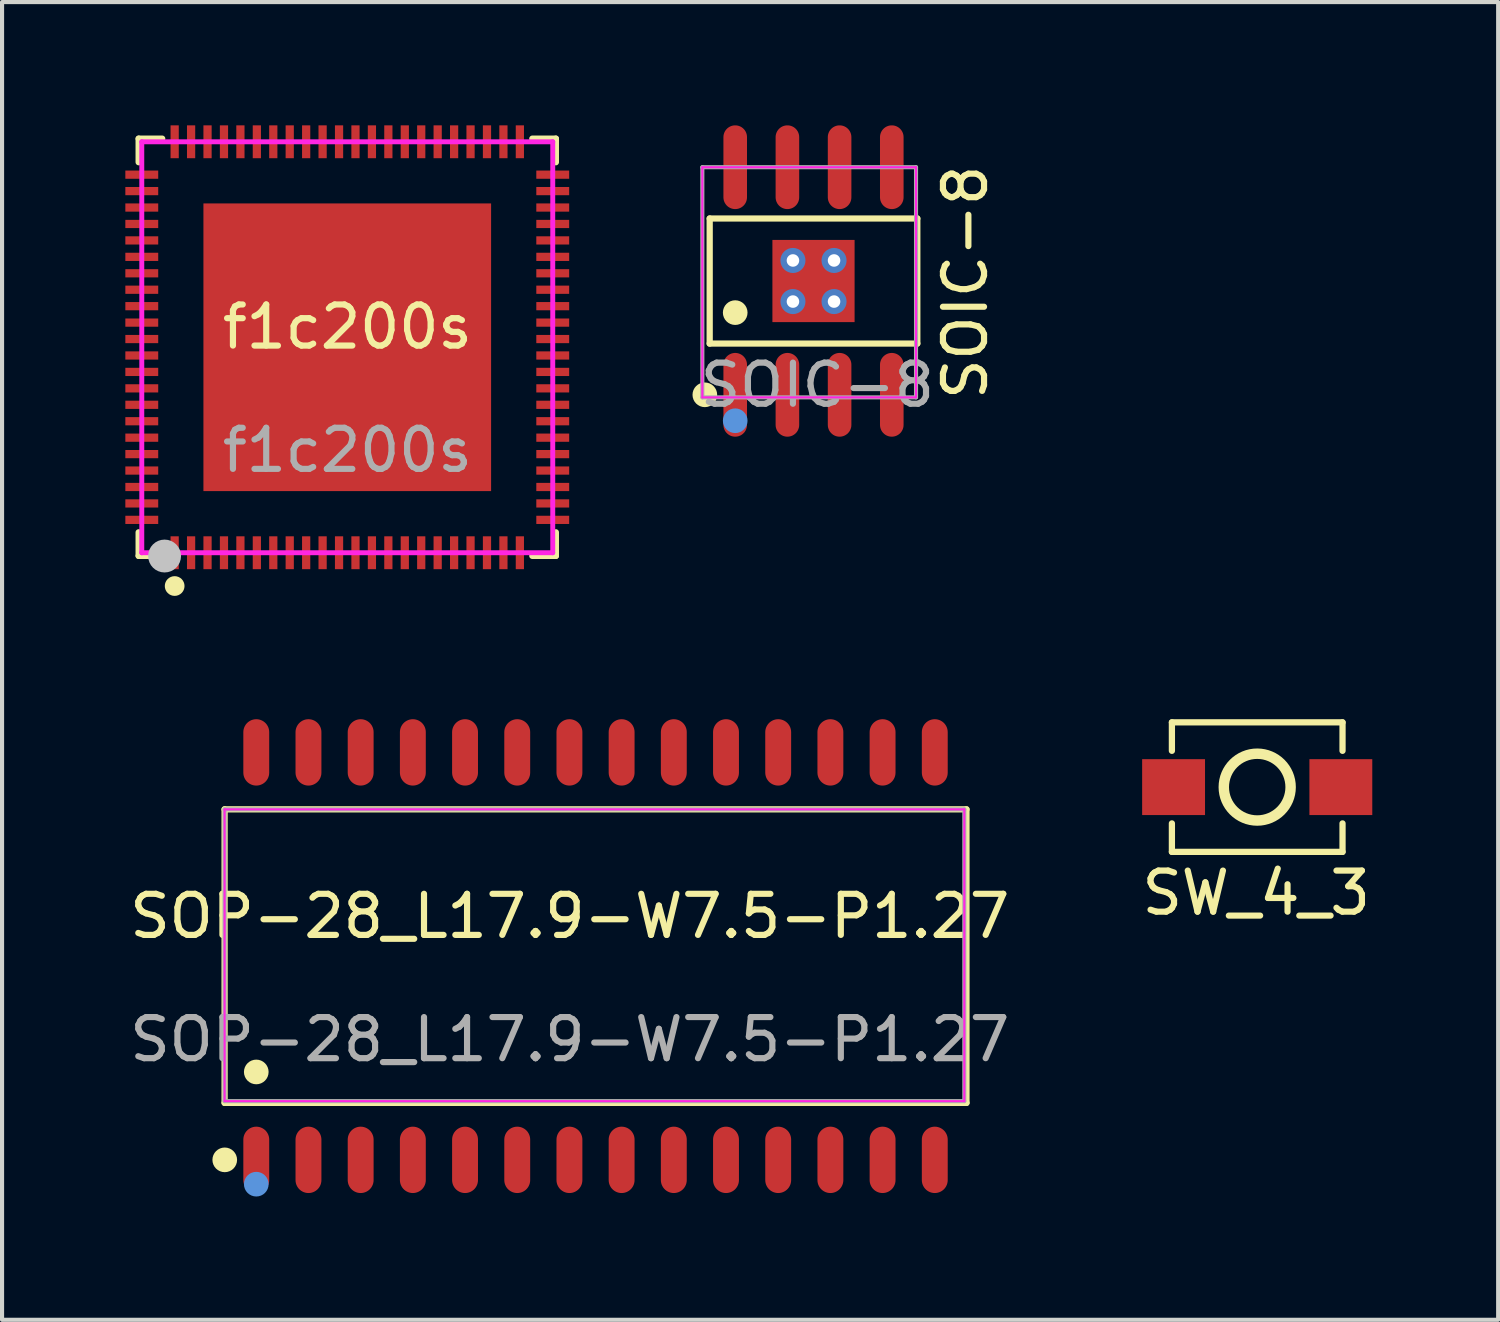
<source format=kicad_pcb>
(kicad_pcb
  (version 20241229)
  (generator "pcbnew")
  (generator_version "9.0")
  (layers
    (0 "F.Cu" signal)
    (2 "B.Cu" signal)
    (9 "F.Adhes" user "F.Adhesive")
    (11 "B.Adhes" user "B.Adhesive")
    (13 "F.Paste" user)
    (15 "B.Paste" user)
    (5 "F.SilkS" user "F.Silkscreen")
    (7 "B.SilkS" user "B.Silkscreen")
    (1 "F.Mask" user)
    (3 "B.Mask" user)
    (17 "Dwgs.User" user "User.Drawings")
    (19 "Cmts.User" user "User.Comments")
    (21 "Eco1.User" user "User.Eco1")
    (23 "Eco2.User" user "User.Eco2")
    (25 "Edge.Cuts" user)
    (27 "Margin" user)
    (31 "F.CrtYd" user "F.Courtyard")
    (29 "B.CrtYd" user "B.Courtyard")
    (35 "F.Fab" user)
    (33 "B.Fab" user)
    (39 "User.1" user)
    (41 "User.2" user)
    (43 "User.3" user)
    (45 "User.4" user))
  (footprint "SW_4_3"
    (layer "F.Cu")
    (at 27.518 16.079)
    (property "Reference" "SW_4_3" (at 0 2.6 0) (unlocked yes) (layer "F.SilkS") (effects (font (size 1 1) (thickness 0.15))))
    (attr smd)
    (fp_line (start -2.052 -1.552) (end -2.052 -0.859) (stroke (width 0.152) (type solid)) (layer "F.SilkS"))
    (fp_line (start -2.052 1.6) (end -2.052 0.907) (stroke (width 0.152) (type solid)) (layer "F.SilkS"))
    (fp_line (start 2.1 -1.552) (end -2.052 -1.552) (stroke (width 0.152) (type solid)) (layer "F.SilkS"))
    (fp_line (start 2.1 -1.552) (end 2.1 -0.859) (stroke (width 0.152) (type solid)) (layer "F.SilkS"))
    (fp_line (start 2.1 1.6) (end -2.052 1.6) (stroke (width 0.152) (type solid)) (layer "F.SilkS"))
    (fp_line (start 2.1 1.6) (end 2.1 0.907) (stroke (width 0.152) (type solid)) (layer "F.SilkS"))
    (fp_circle (center 0.024 0.024) (end 0.024 0.837) (stroke (width 0.254) (type solid)) (fill no) (layer "F.SilkS"))
    (pad "1" smd rect (at -2.011 0.024) (size 1.53 1.36) (layers "F.Cu" "F.Mask" "F.Paste"))
    (pad "2" smd rect (at 2.059 0.024) (size 1.53 1.36) (layers "F.Cu" "F.Mask" "F.Paste")))
  (footprint "f1c200s"
    (layer "F.Cu")
    (at 5.404 5.404)
    (property "Reference" "f1c200s" (at 0 -0.5 0) (unlocked yes) (layer "F.SilkS") (effects (font (size 1 1) (thickness 0.15))))
    (attr smd)
    (fp_line (start -5.08 -5.08) (end -4.507 -5.08) (stroke (width 0.152) (type solid)) (layer "F.SilkS"))
    (fp_line (start -5.08 -4.507) (end -5.08 -5.08) (stroke (width 0.152) (type solid)) (layer "F.SilkS"))
    (fp_line (start -5.08 4.499) (end -5.08 5.072) (stroke (width 0.152) (type solid)) (layer "F.SilkS"))
    (fp_line (start -5.08 5.072) (end -4.507 5.072) (stroke (width 0.152) (type solid)) (layer "F.SilkS"))
    (fp_line (start 5.072 -5.08) (end 4.499 -5.08) (stroke (width 0.152) (type solid)) (layer "F.SilkS"))
    (fp_line (start 5.072 -4.507) (end 5.072 -5.08) (stroke (width 0.152) (type solid)) (layer "F.SilkS"))
    (fp_line (start 5.072 4.499) (end 5.072 5.072) (stroke (width 0.152) (type solid)) (layer "F.SilkS"))
    (fp_line (start 5.072 5.072) (end 4.499 5.072) (stroke (width 0.152) (type solid)) (layer "F.SilkS"))
    (fp_circle (center -4.204 5.806) (end -4.084 5.806) (stroke (width 0.24) (type solid)) (fill no) (layer "F.SilkS"))
    (fp_circle (center -4.449 5.076) (end -4.249 5.076) (stroke (width 0.4) (type solid)) (fill no) (layer "Dwgs.User"))
    (fp_circle (center -5.004 4.996) (end -4.974 4.996) (stroke (width 0.06) (type solid)) (fill no) (layer "Eco2.User"))
    (fp_line (start -5.004 -5.004) (end 4.996 -5.004) (stroke (width 0.12) (type solid)) (layer "F.CrtYd"))
    (fp_line (start -5.004 4.996) (end -5.004 -5.004) (stroke (width 0.12) (type solid)) (layer "F.CrtYd"))
    (fp_line (start 4.996 -5.004) (end 4.996 4.996) (stroke (width 0.12) (type solid)) (layer "F.CrtYd"))
    (fp_line (start 4.996 4.996) (end -5.004 4.996) (stroke (width 0.12) (type solid)) (layer "F.CrtYd"))
    (fp_text user "${REFERENCE}" (at 0 2.5 0) (unlocked yes) (layer "F.Fab") (effects (font (size 1 1) (thickness 0.15))))
    (pad "1" smd rect (at -4.204 4.996) (size 0.2 0.8) (layers "F.Cu" "F.Mask" "F.Paste"))
    (pad "2" smd rect (at -3.804 4.996) (size 0.2 0.8) (layers "F.Cu" "F.Mask" "F.Paste"))
    (pad "3" smd rect (at -3.404 4.996) (size 0.2 0.8) (layers "F.Cu" "F.Mask" "F.Paste"))
    (pad "4" smd rect (at -3.004 4.996) (size 0.2 0.8) (layers "F.Cu" "F.Mask" "F.Paste"))
    (pad "5" smd rect (at -2.604 4.996) (size 0.2 0.8) (layers "F.Cu" "F.Mask" "F.Paste"))
    (pad "6" smd rect (at -2.204 4.996) (size 0.2 0.8) (layers "F.Cu" "F.Mask" "F.Paste"))
    (pad "7" smd rect (at -1.804 4.996) (size 0.2 0.8) (layers "F.Cu" "F.Mask" "F.Paste"))
    (pad "8" smd rect (at -1.404 4.996) (size 0.2 0.8) (layers "F.Cu" "F.Mask" "F.Paste"))
    (pad "9" smd rect (at -1.004 4.996) (size 0.2 0.8) (layers "F.Cu" "F.Mask" "F.Paste"))
    (pad "10" smd rect (at -0.604 4.996) (size 0.2 0.8) (layers "F.Cu" "F.Mask" "F.Paste"))
    (pad "11" smd rect (at -0.204 4.996) (size 0.2 0.8) (layers "F.Cu" "F.Mask" "F.Paste"))
    (pad "12" smd rect (at 0.196 4.996) (size 0.2 0.8) (layers "F.Cu" "F.Mask" "F.Paste"))
    (pad "13" smd rect (at 0.596 4.996) (size 0.2 0.8) (layers "F.Cu" "F.Mask" "F.Paste"))
    (pad "14" smd rect (at 0.996 4.996) (size 0.2 0.8) (layers "F.Cu" "F.Mask" "F.Paste"))
    (pad "15" smd rect (at 1.396 4.996) (size 0.2 0.8) (layers "F.Cu" "F.Mask" "F.Paste"))
    (pad "16" smd rect (at 1.796 4.996) (size 0.2 0.8) (layers "F.Cu" "F.Mask" "F.Paste"))
    (pad "17" smd rect (at 2.196 4.996) (size 0.2 0.8) (layers "F.Cu" "F.Mask" "F.Paste"))
    (pad "18" smd rect (at 2.596 4.996) (size 0.2 0.8) (layers "F.Cu" "F.Mask" "F.Paste"))
    (pad "19" smd rect (at 2.996 4.996) (size 0.2 0.8) (layers "F.Cu" "F.Mask" "F.Paste"))
    (pad "20" smd rect (at 3.396 4.996) (size 0.2 0.8) (layers "F.Cu" "F.Mask" "F.Paste"))
    (pad "21" smd rect (at 3.796 4.996) (size 0.2 0.8) (layers "F.Cu" "F.Mask" "F.Paste"))
    (pad "22" smd rect (at 4.196 4.996) (size 0.2 0.8) (layers "F.Cu" "F.Mask" "F.Paste"))
    (pad "23" smd rect (at 4.996 4.196) (size 0.8 0.2) (layers "F.Cu" "F.Mask" "F.Paste"))
    (pad "24" smd rect (at 4.996 3.796) (size 0.8 0.2) (layers "F.Cu" "F.Mask" "F.Paste"))
    (pad "25" smd rect (at 4.996 3.396) (size 0.8 0.2) (layers "F.Cu" "F.Mask" "F.Paste"))
    (pad "26" smd rect (at 4.996 2.996) (size 0.8 0.2) (layers "F.Cu" "F.Mask" "F.Paste"))
    (pad "27" smd rect (at 4.996 2.596) (size 0.8 0.2) (layers "F.Cu" "F.Mask" "F.Paste"))
    (pad "28" smd rect (at 4.996 2.196) (size 0.8 0.2) (layers "F.Cu" "F.Mask" "F.Paste"))
    (pad "29" smd rect (at 4.996 1.796) (size 0.8 0.2) (layers "F.Cu" "F.Mask" "F.Paste"))
    (pad "30" smd rect (at 4.996 1.396) (size 0.8 0.2) (layers "F.Cu" "F.Mask" "F.Paste"))
    (pad "31" smd rect (at 4.996 0.996) (size 0.8 0.2) (layers "F.Cu" "F.Mask" "F.Paste"))
    (pad "32" smd rect (at 4.996 0.596) (size 0.8 0.2) (layers "F.Cu" "F.Mask" "F.Paste"))
    (pad "33" smd rect (at 4.996 0.196) (size 0.8 0.2) (layers "F.Cu" "F.Mask" "F.Paste"))
    (pad "34" smd rect (at 4.996 -0.204) (size 0.8 0.2) (layers "F.Cu" "F.Mask" "F.Paste"))
    (pad "35" smd rect (at 4.996 -0.604) (size 0.8 0.2) (layers "F.Cu" "F.Mask" "F.Paste"))
    (pad "36" smd rect (at 4.996 -1.004) (size 0.8 0.2) (layers "F.Cu" "F.Mask" "F.Paste"))
    (pad "37" smd rect (at 4.996 -1.404) (size 0.8 0.2) (layers "F.Cu" "F.Mask" "F.Paste"))
    (pad "38" smd rect (at 4.996 -1.804) (size 0.8 0.2) (layers "F.Cu" "F.Mask" "F.Paste"))
    (pad "39" smd rect (at 4.996 -2.204) (size 0.8 0.2) (layers "F.Cu" "F.Mask" "F.Paste"))
    (pad "40" smd rect (at 4.996 -2.604) (size 0.8 0.2) (layers "F.Cu" "F.Mask" "F.Paste"))
    (pad "41" smd rect (at 4.996 -3.004) (size 0.8 0.2) (layers "F.Cu" "F.Mask" "F.Paste"))
    (pad "42" smd rect (at 4.996 -3.404) (size 0.8 0.2) (layers "F.Cu" "F.Mask" "F.Paste"))
    (pad "43" smd rect (at 4.996 -3.804) (size 0.8 0.2) (layers "F.Cu" "F.Mask" "F.Paste"))
    (pad "44" smd rect (at 4.996 -4.204) (size 0.8 0.2) (layers "F.Cu" "F.Mask" "F.Paste"))
    (pad "45" smd rect (at 4.196 -5.004) (size 0.2 0.8) (layers "F.Cu" "F.Mask" "F.Paste"))
    (pad "46" smd rect (at 3.796 -5.004) (size 0.2 0.8) (layers "F.Cu" "F.Mask" "F.Paste"))
    (pad "47" smd rect (at 3.396 -5.004) (size 0.2 0.8) (layers "F.Cu" "F.Mask" "F.Paste"))
    (pad "48" smd rect (at 2.996 -5.004) (size 0.2 0.8) (layers "F.Cu" "F.Mask" "F.Paste"))
    (pad "49" smd rect (at 2.596 -5.004) (size 0.2 0.8) (layers "F.Cu" "F.Mask" "F.Paste"))
    (pad "50" smd rect (at 2.196 -5.004) (size 0.2 0.8) (layers "F.Cu" "F.Mask" "F.Paste"))
    (pad "51" smd rect (at 1.796 -5.004) (size 0.2 0.8) (layers "F.Cu" "F.Mask" "F.Paste"))
    (pad "52" smd rect (at 1.396 -5.004) (size 0.2 0.8) (layers "F.Cu" "F.Mask" "F.Paste"))
    (pad "53" smd rect (at 0.996 -5.004) (size 0.2 0.8) (layers "F.Cu" "F.Mask" "F.Paste"))
    (pad "54" smd rect (at 0.596 -5.004) (size 0.2 0.8) (layers "F.Cu" "F.Mask" "F.Paste"))
    (pad "55" smd rect (at 0.196 -5.004) (size 0.2 0.8) (layers "F.Cu" "F.Mask" "F.Paste"))
    (pad "56" smd rect (at -0.204 -5.004) (size 0.2 0.8) (layers "F.Cu" "F.Mask" "F.Paste"))
    (pad "57" smd rect (at -0.604 -5.004) (size 0.2 0.8) (layers "F.Cu" "F.Mask" "F.Paste"))
    (pad "58" smd rect (at -1.004 -5.004) (size 0.2 0.8) (layers "F.Cu" "F.Mask" "F.Paste"))
    (pad "59" smd rect (at -1.404 -5.004) (size 0.2 0.8) (layers "F.Cu" "F.Mask" "F.Paste"))
    (pad "60" smd rect (at -1.804 -5.004) (size 0.2 0.8) (layers "F.Cu" "F.Mask" "F.Paste"))
    (pad "61" smd rect (at -2.204 -5.004) (size 0.2 0.8) (layers "F.Cu" "F.Mask" "F.Paste"))
    (pad "62" smd rect (at -2.604 -5.004) (size 0.2 0.8) (layers "F.Cu" "F.Mask" "F.Paste"))
    (pad "63" smd rect (at -3.004 -5.004) (size 0.2 0.8) (layers "F.Cu" "F.Mask" "F.Paste"))
    (pad "64" smd rect (at -3.404 -5.004) (size 0.2 0.8) (layers "F.Cu" "F.Mask" "F.Paste"))
    (pad "65" smd rect (at -3.804 -5.004) (size 0.2 0.8) (layers "F.Cu" "F.Mask" "F.Paste"))
    (pad "66" smd rect (at -4.204 -5.004) (size 0.2 0.8) (layers "F.Cu" "F.Mask" "F.Paste"))
    (pad "67" smd rect (at -5.004 -4.204) (size 0.8 0.2) (layers "F.Cu" "F.Mask" "F.Paste"))
    (pad "68" smd rect (at -5.004 -3.804) (size 0.8 0.2) (layers "F.Cu" "F.Mask" "F.Paste"))
    (pad "69" smd rect (at -5.004 -3.404) (size 0.8 0.2) (layers "F.Cu" "F.Mask" "F.Paste"))
    (pad "70" smd rect (at -5.004 -3.004) (size 0.8 0.2) (layers "F.Cu" "F.Mask" "F.Paste"))
    (pad "71" smd rect (at -5.004 -2.604) (size 0.8 0.2) (layers "F.Cu" "F.Mask" "F.Paste"))
    (pad "72" smd rect (at -5.004 -2.204) (size 0.8 0.2) (layers "F.Cu" "F.Mask" "F.Paste"))
    (pad "73" smd rect (at -5.004 -1.804) (size 0.8 0.2) (layers "F.Cu" "F.Mask" "F.Paste"))
    (pad "74" smd rect (at -5.004 -1.404) (size 0.8 0.2) (layers "F.Cu" "F.Mask" "F.Paste"))
    (pad "75" smd rect (at -5.004 -1.004) (size 0.8 0.2) (layers "F.Cu" "F.Mask" "F.Paste"))
    (pad "76" smd rect (at -5.004 -0.604) (size 0.8 0.2) (layers "F.Cu" "F.Mask" "F.Paste"))
    (pad "77" smd rect (at -5.004 -0.204) (size 0.8 0.2) (layers "F.Cu" "F.Mask" "F.Paste"))
    (pad "78" smd rect (at -5.004 0.196) (size 0.8 0.2) (layers "F.Cu" "F.Mask" "F.Paste"))
    (pad "79" smd rect (at -5.004 0.596) (size 0.8 0.2) (layers "F.Cu" "F.Mask" "F.Paste"))
    (pad "80" smd rect (at -5.004 0.996) (size 0.8 0.2) (layers "F.Cu" "F.Mask" "F.Paste"))
    (pad "81" smd rect (at -5.004 1.396) (size 0.8 0.2) (layers "F.Cu" "F.Mask" "F.Paste"))
    (pad "82" smd rect (at -5.004 1.796) (size 0.8 0.2) (layers "F.Cu" "F.Mask" "F.Paste"))
    (pad "83" smd rect (at -5.004 2.196) (size 0.8 0.2) (layers "F.Cu" "F.Mask" "F.Paste"))
    (pad "84" smd rect (at -5.004 2.596) (size 0.8 0.2) (layers "F.Cu" "F.Mask" "F.Paste"))
    (pad "85" smd rect (at -5.004 2.996) (size 0.8 0.2) (layers "F.Cu" "F.Mask" "F.Paste"))
    (pad "86" smd rect (at -5.004 3.396) (size 0.8 0.2) (layers "F.Cu" "F.Mask" "F.Paste"))
    (pad "87" smd rect (at -5.004 3.796) (size 0.8 0.2) (layers "F.Cu" "F.Mask" "F.Paste"))
    (pad "88" smd rect (at -5.004 4.196) (size 0.8 0.2) (layers "F.Cu" "F.Mask" "F.Paste"))
    (pad "89" smd rect (at -0.004 -0.004) (size 7 7) (layers "F.Cu" "F.Mask" "F.Paste")))
  (footprint "SOIC-8"
    (layer "F.Cu")
    (at 16.84 3.819)
    (property "Reference" "SOIC-8" (at 3.6 0 90) (unlocked yes) (layer "F.SilkS") (effects (font (size 1 1) (thickness 0.15))))
    (fp_line (start -2.621 -1.552) (end 2.431 -1.552) (stroke (width 0.152) (type solid)) (layer "F.SilkS"))
    (fp_line (start -2.621 1.491) (end -2.621 -1.552) (stroke (width 0.152) (type solid)) (layer "F.SilkS"))
    (fp_line (start 2.431 -1.552) (end 2.431 1.491) (stroke (width 0.152) (type solid)) (layer "F.SilkS"))
    (fp_line (start 2.431 1.491) (end -2.621 1.491) (stroke (width 0.152) (type solid)) (layer "F.SilkS"))
    (fp_circle (center -2.739 2.738) (end -2.739 2.888) (stroke (width 0.3) (type solid)) (fill no) (layer "F.SilkS"))
    (fp_circle (center -2 0.738) (end -2 0.888) (stroke (width 0.3) (type solid)) (fill no) (layer "F.SilkS"))
    (fp_circle (center -2 3.369) (end -2 3.519) (stroke (width 0.3) (type solid)) (fill no) (layer "Cmts.User"))
    (fp_line (start -2.8 -2.8) (end -2.8 2.8) (stroke (width 0.05) (type solid)) (layer "F.CrtYd"))
    (fp_line (start -2.8 2.8) (end 2.4 2.8) (stroke (width 0.05) (type solid)) (layer "F.CrtYd"))
    (fp_line (start 2.4 -2.8) (end -2.8 -2.8) (stroke (width 0.05) (type solid)) (layer "F.CrtYd"))
    (fp_line (start 2.4 2.8) (end 2.4 -2.8) (stroke (width 0.05) (type solid)) (layer "F.CrtYd"))
    (fp_line (start -2.8 -2.8) (end -2.8 2.8) (stroke (width 0.1) (type solid)) (layer "F.Fab"))
    (fp_line (start -2.8 2.8) (end 2.4 2.8) (stroke (width 0.1) (type solid)) (layer "F.Fab"))
    (fp_line (start 2.4 -2.8) (end -2.8 -2.8) (stroke (width 0.1) (type solid)) (layer "F.Fab"))
    (fp_line (start 2.4 2.8) (end 2.4 -2.8) (stroke (width 0.1) (type solid)) (layer "F.Fab"))
    (fp_text user "${REFERENCE}" (at 0 2.5 0) (unlocked yes) (layer "F.Fab") (effects (font (size 1 1) (thickness 0.15))))
    (pad "0" thru_hole circle (at -0.595 -0.531) (size 0.61 0.61) (drill 0.305) (layers "*.Cu"))
    (pad "0" thru_hole circle (at -0.595 0.469) (size 0.61 0.61) (drill 0.305) (layers "*.Cu"))
    (pad "0" thru_hole circle (at 0.405 -0.531) (size 0.61 0.61) (drill 0.305) (layers "*.Cu"))
    (pad "0" thru_hole circle (at 0.405 0.469) (size 0.61 0.61) (drill 0.305) (layers "*.Cu"))
    (pad "1" smd oval (at -2 2.738) (size 0.574 2.038) (layers "F.Cu" "F.Mask" "F.Paste"))
    (pad "2" smd oval (at -0.73 2.738) (size 0.574 2.038) (layers "F.Cu" "F.Mask" "F.Paste"))
    (pad "3" smd oval (at 0.54 2.738) (size 0.574 2.038) (layers "F.Cu" "F.Mask" "F.Paste"))
    (pad "4" smd oval (at 1.81 2.738) (size 0.574 2.038) (layers "F.Cu" "F.Mask" "F.Paste"))
    (pad "5" smd oval (at 1.81 -2.8) (size 0.574 2.038) (layers "F.Cu" "F.Mask" "F.Paste"))
    (pad "6" smd oval (at 0.54 -2.8) (size 0.574 2.038) (layers "F.Cu" "F.Mask" "F.Paste"))
    (pad "7" smd oval (at -0.73 -2.8) (size 0.574 2.038) (layers "F.Cu" "F.Mask" "F.Paste"))
    (pad "8" smd oval (at -2 -2.8) (size 0.574 2.038) (layers "F.Cu" "F.Mask" "F.Paste"))
    (pad "9" smd rect (at -0.095 -0.031) (size 2 2) (layers "F.Cu" "F.Mask" "F.Paste")))
  (footprint "SOP-28_L17.9-W7.5-P1.27"
    (layer "F.Cu")
    (at 10.815 19.744)
    (property "Reference" "SOP-28_L17.9-W7.5-P1.27" (at 0 -0.5 0) (unlocked yes) (layer "F.SilkS") (effects (font (size 1 1) (thickness 0.15))))
    (attr smd)
    (fp_line (start -8.4 -3.1) (end 9.652 -3.1) (stroke (width 0.152) (type solid)) (layer "F.SilkS"))
    (fp_line (start -8.4 4.043) (end -8.4 -3.1) (stroke (width 0.152) (type solid)) (layer "F.SilkS"))
    (fp_line (start 9.652 -3.1) (end 9.652 4.043) (stroke (width 0.152) (type solid)) (layer "F.SilkS"))
    (fp_line (start 9.652 4.043) (end -8.4 4.043) (stroke (width 0.152) (type solid)) (layer "F.SilkS"))
    (fp_circle (center -8.396 5.429) (end -8.396 5.579) (stroke (width 0.3) (type solid)) (fill no) (layer "F.SilkS"))
    (fp_circle (center -7.629 3.29) (end -7.629 3.44) (stroke (width 0.3) (type solid)) (fill no) (layer "F.SilkS"))
    (fp_circle (center -7.629 6.021) (end -7.629 6.171) (stroke (width 0.3) (type solid)) (fill no) (layer "Cmts.User"))
    (fp_line (start -8.4 -3.1) (end 9.6 -3.1) (stroke (width 0.05) (type solid)) (layer "F.CrtYd"))
    (fp_line (start -8.4 4) (end -8.4 -3.1) (stroke (width 0.05) (type solid)) (layer "F.CrtYd"))
    (fp_line (start 9.6 -3.1) (end 9.6 4) (stroke (width 0.05) (type solid)) (layer "F.CrtYd"))
    (fp_line (start 9.6 4) (end -8.4 4) (stroke (width 0.05) (type solid)) (layer "F.CrtYd"))
    (fp_line (start -8.4 -3.1) (end 9.6 -3.1) (stroke (width 0.1) (type solid)) (layer "F.Fab"))
    (fp_line (start -8.4 4) (end -8.4 -3.1) (stroke (width 0.1) (type solid)) (layer "F.Fab"))
    (fp_line (start 9.6 -3.1) (end 9.6 4) (stroke (width 0.1) (type solid)) (layer "F.Fab"))
    (fp_line (start 9.6 4) (end -8.4 4) (stroke (width 0.1) (type solid)) (layer "F.Fab"))
    (fp_text user "${REFERENCE}" (at 0 2.5 0) (unlocked yes) (layer "F.Fab") (effects (font (size 1 1) (thickness 0.15))))
    (pad "1" smd oval (at -7.629 5.429) (size 0.63 1.615) (layers "F.Cu" "F.Mask" "F.Paste"))
    (pad "2" smd oval (at -6.359 5.429) (size 0.63 1.615) (layers "F.Cu" "F.Mask" "F.Paste"))
    (pad "3" smd oval (at -5.089 5.429) (size 0.63 1.615) (layers "F.Cu" "F.Mask" "F.Paste"))
    (pad "4" smd oval (at -3.819 5.429) (size 0.63 1.615) (layers "F.Cu" "F.Mask" "F.Paste"))
    (pad "5" smd oval (at -2.549 5.429) (size 0.63 1.615) (layers "F.Cu" "F.Mask" "F.Paste"))
    (pad "6" smd oval (at -1.279 5.429) (size 0.63 1.615) (layers "F.Cu" "F.Mask" "F.Paste"))
    (pad "7" smd oval (at -0.009 5.429) (size 0.63 1.615) (layers "F.Cu" "F.Mask" "F.Paste"))
    (pad "8" smd oval (at 1.261 5.429) (size 0.63 1.615) (layers "F.Cu" "F.Mask" "F.Paste"))
    (pad "9" smd oval (at 2.531 5.429) (size 0.63 1.615) (layers "F.Cu" "F.Mask" "F.Paste"))
    (pad "10" smd oval (at 3.801 5.429) (size 0.63 1.615) (layers "F.Cu" "F.Mask" "F.Paste"))
    (pad "11" smd oval (at 5.071 5.429) (size 0.63 1.615) (layers "F.Cu" "F.Mask" "F.Paste"))
    (pad "12" smd oval (at 6.341 5.429) (size 0.63 1.615) (layers "F.Cu" "F.Mask" "F.Paste"))
    (pad "13" smd oval (at 7.611 5.429) (size 0.63 1.615) (layers "F.Cu" "F.Mask" "F.Paste"))
    (pad "14" smd oval (at 8.881 5.429) (size 0.63 1.615) (layers "F.Cu" "F.Mask" "F.Paste"))
    (pad "15" smd oval (at 8.881 -4.486) (size 0.63 1.615) (layers "F.Cu" "F.Mask" "F.Paste"))
    (pad "16" smd oval (at 7.611 -4.486) (size 0.63 1.615) (layers "F.Cu" "F.Mask" "F.Paste"))
    (pad "17" smd oval (at 6.341 -4.486) (size 0.63 1.615) (layers "F.Cu" "F.Mask" "F.Paste"))
    (pad "18" smd oval (at 5.071 -4.486) (size 0.63 1.615) (layers "F.Cu" "F.Mask" "F.Paste"))
    (pad "19" smd oval (at 3.801 -4.486) (size 0.63 1.615) (layers "F.Cu" "F.Mask" "F.Paste"))
    (pad "20" smd oval (at 2.531 -4.486) (size 0.63 1.615) (layers "F.Cu" "F.Mask" "F.Paste"))
    (pad "21" smd oval (at 1.261 -4.486) (size 0.63 1.615) (layers "F.Cu" "F.Mask" "F.Paste"))
    (pad "22" smd oval (at -0.009 -4.486) (size 0.63 1.615) (layers "F.Cu" "F.Mask" "F.Paste"))
    (pad "23" smd oval (at -1.279 -4.486) (size 0.63 1.615) (layers "F.Cu" "F.Mask" "F.Paste"))
    (pad "24" smd oval (at -2.549 -4.486) (size 0.63 1.615) (layers "F.Cu" "F.Mask" "F.Paste"))
    (pad "25" smd oval (at -3.819 -4.486) (size 0.63 1.615) (layers "F.Cu" "F.Mask" "F.Paste"))
    (pad "26" smd oval (at -5.089 -4.486) (size 0.63 1.615) (layers "F.Cu" "F.Mask" "F.Paste"))
    (pad "27" smd oval (at -6.359 -4.486) (size 0.63 1.615) (layers "F.Cu" "F.Mask" "F.Paste"))
    (pad "28" smd oval (at -7.629 -4.486) (size 0.63 1.615) (layers "F.Cu" "F.Mask" "F.Paste")))
  (gr_rect
    (start -3 -3)
    (end 33.405 29.065)
    (stroke (width 0.1) (type default))
    (fill no)
    (layer "Edge.Cuts")))
</source>
